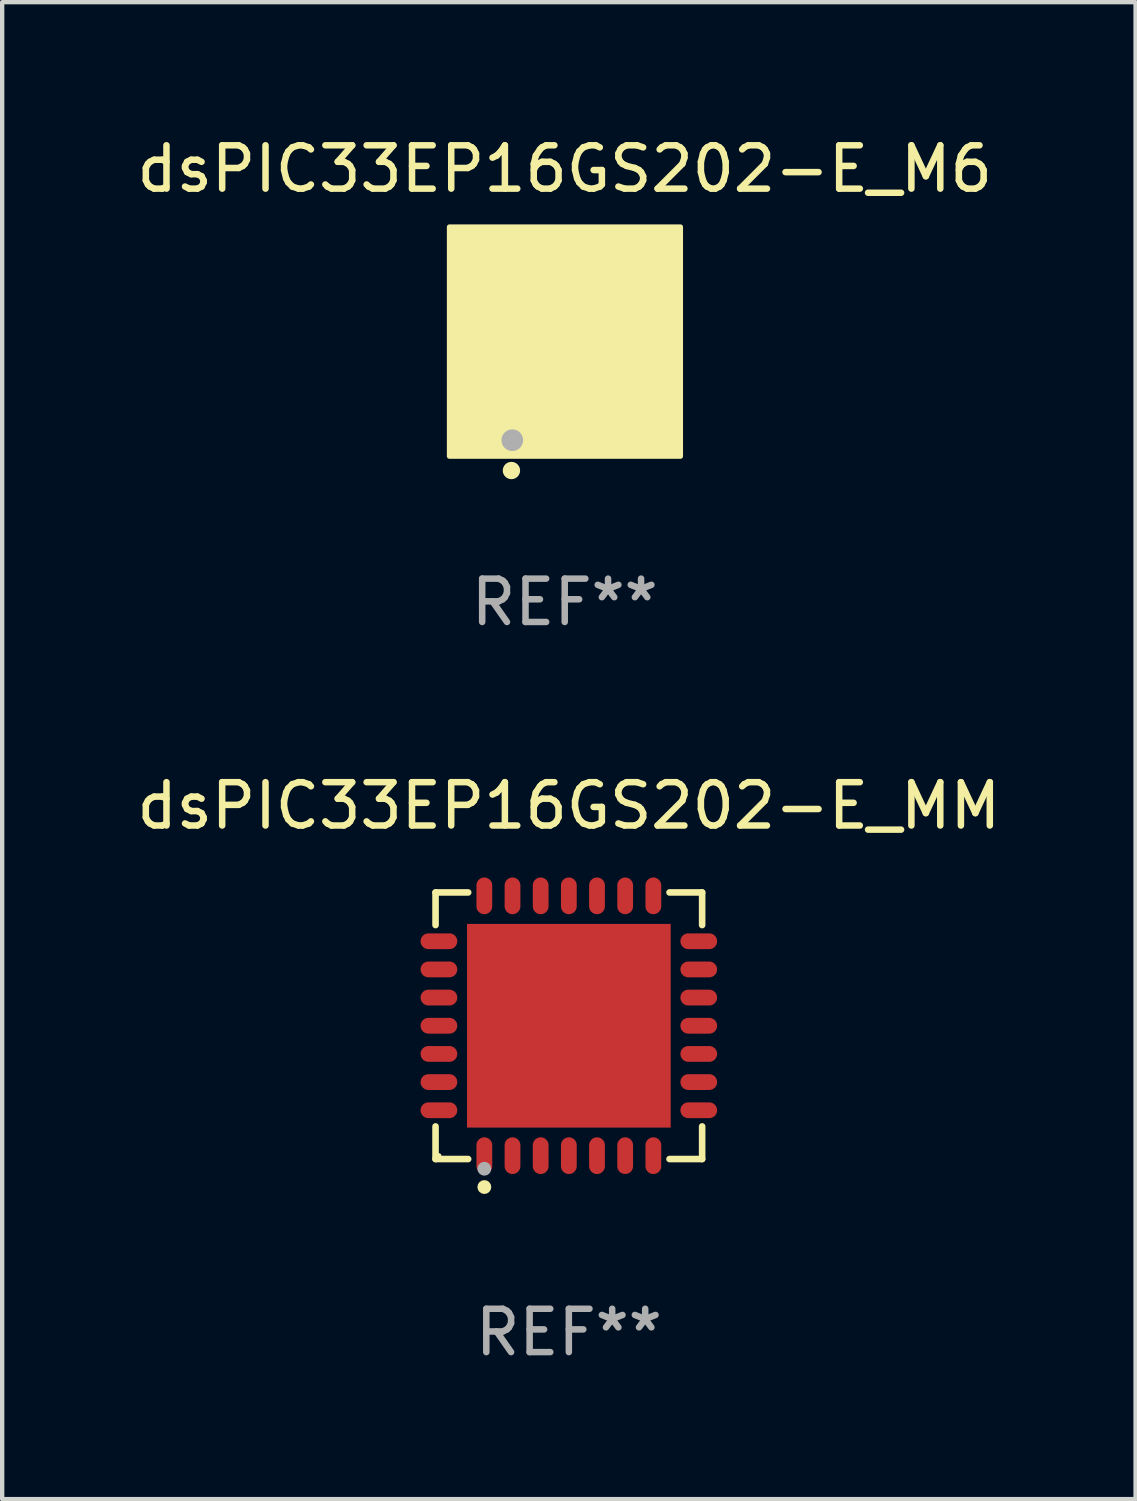
<source format=kicad_pcb>
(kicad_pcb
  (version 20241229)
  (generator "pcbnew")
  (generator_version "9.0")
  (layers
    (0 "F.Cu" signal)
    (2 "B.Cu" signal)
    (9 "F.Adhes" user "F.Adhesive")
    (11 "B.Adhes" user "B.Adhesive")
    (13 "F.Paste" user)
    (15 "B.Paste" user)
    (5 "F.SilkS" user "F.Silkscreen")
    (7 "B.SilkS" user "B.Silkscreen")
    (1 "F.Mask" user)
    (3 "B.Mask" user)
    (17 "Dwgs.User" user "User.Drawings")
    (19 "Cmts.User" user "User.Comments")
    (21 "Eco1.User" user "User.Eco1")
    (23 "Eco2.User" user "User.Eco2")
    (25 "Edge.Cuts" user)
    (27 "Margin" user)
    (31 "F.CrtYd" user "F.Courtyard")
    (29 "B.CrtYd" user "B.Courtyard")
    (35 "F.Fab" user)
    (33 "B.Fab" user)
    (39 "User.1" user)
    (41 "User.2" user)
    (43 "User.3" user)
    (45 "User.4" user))
  (footprint "dsPIC33EP16GS202-E_MM"
    (layer "F.Cu")
    (at 10.077 20.621)
    (property "Reference" "dsPIC33EP16GS202-E_MM" (at 0 -5.076 0) (layer "F.SilkS") (effects (font (size 1 1) (thickness 0.15))))
    (attr through_hole)
    (fp_line (start -3.076 -3.076) (end -2.323 -3.076) (stroke (width 0.152) (type solid)) (layer "F.SilkS"))
    (fp_line (start -3.076 -2.323) (end -3.076 -3.076) (stroke (width 0.152) (type solid)) (layer "F.SilkS"))
    (fp_line (start -3.076 2.323) (end -3.076 3.076) (stroke (width 0.152) (type solid)) (layer "F.SilkS"))
    (fp_line (start -3.076 3.076) (end -2.323 3.076) (stroke (width 0.152) (type solid)) (layer "F.SilkS"))
    (fp_line (start 3.076 -3.076) (end 2.323 -3.076) (stroke (width 0.152) (type solid)) (layer "F.SilkS"))
    (fp_line (start 3.076 -2.323) (end 3.076 -3.076) (stroke (width 0.152) (type solid)) (layer "F.SilkS"))
    (fp_line (start 3.076 2.323) (end 3.076 3.076) (stroke (width 0.152) (type solid)) (layer "F.SilkS"))
    (fp_line (start 3.076 3.076) (end 2.323 3.076) (stroke (width 0.152) (type solid)) (layer "F.SilkS"))
    (fp_circle (center -3 3) (end -2.97 3) (stroke (width 0.06) (type solid)) (fill no) (layer "F.SilkS"))
    (fp_circle (center -1.95 3.722) (end -1.87 3.722) (stroke (width 0.16) (type solid)) (fill no) (layer "F.SilkS"))
    (fp_circle (center -1.95 3.3) (end -1.87 3.3) (stroke (width 0.16) (type solid)) (fill no) (layer "F.Fab"))
    (fp_text user "REF**" (at 0 7.076 0) (layer "F.Fab") (effects (font (size 1 1) (thickness 0.15))))
    (pad "1" smd oval (at -1.95 2.998) (size 0.364 0.847) (layers "F.Cu" "F.Mask" "F.Paste"))
    (pad "2" smd oval (at -1.3 2.998) (size 0.364 0.847) (layers "F.Cu" "F.Mask" "F.Paste"))
    (pad "3" smd oval (at -0.65 2.998) (size 0.364 0.847) (layers "F.Cu" "F.Mask" "F.Paste"))
    (pad "4" smd oval (at 0 2.998) (size 0.364 0.847) (layers "F.Cu" "F.Mask" "F.Paste"))
    (pad "5" smd oval (at 0.65 2.998) (size 0.364 0.847) (layers "F.Cu" "F.Mask" "F.Paste"))
    (pad "6" smd oval (at 1.3 2.998) (size 0.364 0.847) (layers "F.Cu" "F.Mask" "F.Paste"))
    (pad "7" smd oval (at 1.95 2.998) (size 0.364 0.847) (layers "F.Cu" "F.Mask" "F.Paste"))
    (pad "8" smd oval (at 2.998 1.95) (size 0.847 0.364) (layers "F.Cu" "F.Mask" "F.Paste"))
    (pad "9" smd oval (at 2.998 1.3) (size 0.847 0.364) (layers "F.Cu" "F.Mask" "F.Paste"))
    (pad "10" smd oval (at 2.998 0.65) (size 0.847 0.364) (layers "F.Cu" "F.Mask" "F.Paste"))
    (pad "11" smd oval (at 2.998 0) (size 0.847 0.364) (layers "F.Cu" "F.Mask" "F.Paste"))
    (pad "12" smd oval (at 2.998 -0.65) (size 0.847 0.364) (layers "F.Cu" "F.Mask" "F.Paste"))
    (pad "13" smd oval (at 2.998 -1.3) (size 0.847 0.364) (layers "F.Cu" "F.Mask" "F.Paste"))
    (pad "14" smd oval (at 2.998 -1.95) (size 0.847 0.364) (layers "F.Cu" "F.Mask" "F.Paste"))
    (pad "15" smd oval (at 1.95 -2.998) (size 0.364 0.847) (layers "F.Cu" "F.Mask" "F.Paste"))
    (pad "16" smd oval (at 1.3 -2.998) (size 0.364 0.847) (layers "F.Cu" "F.Mask" "F.Paste"))
    (pad "17" smd oval (at 0.65 -2.998) (size 0.364 0.847) (layers "F.Cu" "F.Mask" "F.Paste"))
    (pad "18" smd oval (at 0 -2.998) (size 0.364 0.847) (layers "F.Cu" "F.Mask" "F.Paste"))
    (pad "19" smd oval (at -0.65 -2.998) (size 0.364 0.847) (layers "F.Cu" "F.Mask" "F.Paste"))
    (pad "20" smd oval (at -1.3 -2.998) (size 0.364 0.847) (layers "F.Cu" "F.Mask" "F.Paste"))
    (pad "21" smd oval (at -1.95 -2.998) (size 0.364 0.847) (layers "F.Cu" "F.Mask" "F.Paste"))
    (pad "22" smd oval (at -2.998 -1.95) (size 0.847 0.364) (layers "F.Cu" "F.Mask" "F.Paste"))
    (pad "23" smd oval (at -2.998 -1.3) (size 0.847 0.364) (layers "F.Cu" "F.Mask" "F.Paste"))
    (pad "24" smd oval (at -2.998 -0.65) (size 0.847 0.364) (layers "F.Cu" "F.Mask" "F.Paste"))
    (pad "25" smd oval (at -2.998 0) (size 0.847 0.364) (layers "F.Cu" "F.Mask" "F.Paste"))
    (pad "26" smd oval (at -2.998 0.65) (size 0.847 0.364) (layers "F.Cu" "F.Mask" "F.Paste"))
    (pad "27" smd oval (at -2.998 1.3) (size 0.847 0.364) (layers "F.Cu" "F.Mask" "F.Paste"))
    (pad "28" smd oval (at -2.998 1.95) (size 0.847 0.364) (layers "F.Cu" "F.Mask" "F.Paste"))
    (pad "29" smd rect (at 0 0) (size 4.7 4.7) (layers "F.Cu" "F.Mask" "F.Paste")))
  (footprint "dsPIC33EP16GS202-E_M6"
    (layer "F.Cu")
    (at 9.982 4.848)
    (property "Reference" "dsPIC33EP16GS202-E_M6" (at 0 -4 0) (layer "F.SilkS") (effects (font (size 1 1) (thickness 0.15))))
    (attr through_hole)
    (fp_circle (center -2 2) (end -1.97 2) (stroke (width 0.06) (type solid)) (fill no) (layer "F.SilkS"))
    (fp_circle (center -1.23 2.96) (end -1.13 2.96) (stroke (width 0.2) (type solid)) (fill no) (layer "F.SilkS"))
    (fp_poly (pts (xy -2.66 -2.66) (xy 2.67 -2.66) (xy 2.67 2.63) (xy -2.66 2.63)) (stroke (width 0.12) (type solid)) (fill yes) (layer "F.SilkS"))
    (fp_circle (center -1.21 2.26) (end -1.085 2.26) (stroke (width 0.25) (type solid)) (fill no) (layer "F.Fab"))
    (fp_text user "REF**" (at 0 6 0) (layer "F.Fab") (effects (font (size 1 1) (thickness 0.15))))
    (pad "1" smd rect (at -1.2 2 180) (size 0.2 0.85) (layers "F.Cu" "F.Mask" "F.Paste"))
    (pad "2" smd rect (at -0.8 2 180) (size 0.2 0.85) (layers "F.Cu" "F.Mask" "F.Paste"))
    (pad "3" smd rect (at -0.4 2 180) (size 0.2 0.85) (layers "F.Cu" "F.Mask" "F.Paste"))
    (pad "4" smd rect (at -0.000025 2 180) (size 0.2 0.85) (layers "F.Cu" "F.Mask" "F.Paste"))
    (pad "5" smd rect (at 0.4 2 180) (size 0.2 0.85) (layers "F.Cu" "F.Mask" "F.Paste"))
    (pad "6" smd rect (at 0.8 2 180) (size 0.2 0.85) (layers "F.Cu" "F.Mask" "F.Paste"))
    (pad "7" smd rect (at 1.2 2 180) (size 0.2 0.85) (layers "F.Cu" "F.Mask" "F.Paste"))
    (pad "8" smd rect (at 2 1.2 270) (size 0.2 0.85) (layers "F.Cu" "F.Mask" "F.Paste"))
    (pad "9" smd rect (at 2 0.8 270) (size 0.2 0.85) (layers "F.Cu" "F.Mask" "F.Paste"))
    (pad "10" smd rect (at 2 0.4 270) (size 0.2 0.85) (layers "F.Cu" "F.Mask" "F.Paste"))
    (pad "11" smd rect (at 2 -0.000025 270) (size 0.2 0.85) (layers "F.Cu" "F.Mask" "F.Paste"))
    (pad "12" smd rect (at 2 -0.4 270) (size 0.2 0.85) (layers "F.Cu" "F.Mask" "F.Paste"))
    (pad "13" smd rect (at 2 -0.8 270) (size 0.2 0.85) (layers "F.Cu" "F.Mask" "F.Paste"))
    (pad "14" smd rect (at 2 -1.2 270) (size 0.2 0.85) (layers "F.Cu" "F.Mask" "F.Paste"))
    (pad "15" smd rect (at 1.2 -2) (size 0.2 0.85) (layers "F.Cu" "F.Mask" "F.Paste"))
    (pad "16" smd rect (at 0.8 -2) (size 0.2 0.85) (layers "F.Cu" "F.Mask" "F.Paste"))
    (pad "17" smd rect (at 0.4 -2) (size 0.2 0.85) (layers "F.Cu" "F.Mask" "F.Paste"))
    (pad "18" smd rect (at -0.000051 -2) (size 0.2 0.85) (layers "F.Cu" "F.Mask" "F.Paste"))
    (pad "19" smd rect (at -0.4 -2) (size 0.2 0.85) (layers "F.Cu" "F.Mask" "F.Paste"))
    (pad "20" smd rect (at -0.8 -2) (size 0.2 0.85) (layers "F.Cu" "F.Mask" "F.Paste"))
    (pad "21" smd rect (at -1.2 -2) (size 0.2 0.85) (layers "F.Cu" "F.Mask" "F.Paste"))
    (pad "22" smd rect (at -2 -1.2 90) (size 0.2 0.85) (layers "F.Cu" "F.Mask" "F.Paste"))
    (pad "23" smd rect (at -2 -0.8 90) (size 0.2 0.85) (layers "F.Cu" "F.Mask" "F.Paste"))
    (pad "24" smd rect (at -2 -0.4 90) (size 0.2 0.85) (layers "F.Cu" "F.Mask" "F.Paste"))
    (pad "25" smd rect (at -2 -0.000025 90) (size 0.2 0.85) (layers "F.Cu" "F.Mask" "F.Paste"))
    (pad "26" smd rect (at -2 0.4 90) (size 0.2 0.85) (layers "F.Cu" "F.Mask" "F.Paste"))
    (pad "27" smd rect (at -2 0.8 90) (size 0.2 0.85) (layers "F.Cu" "F.Mask" "F.Paste"))
    (pad "28" smd rect (at -2 1.2 90) (size 0.2 0.85) (layers "F.Cu" "F.Mask" "F.Paste"))
    (pad "29" smd rect (at -1.95 -1.95 90) (size 0.78 0.78) (layers "F.Cu" "F.Mask" "F.Paste"))
    (pad "29" smd rect (at -1.95 1.95 90) (size 0.78 0.78) (layers "F.Cu" "F.Mask" "F.Paste"))
    (pad "29" smd rect (at 0.000254 0 90) (size 2 2) (layers "F.Cu" "F.Mask" "F.Paste"))
    (pad "29" smd rect (at 1.95 -1.95 90) (size 0.78 0.78) (layers "F.Cu" "F.Mask" "F.Paste"))
    (pad "29" smd rect (at 1.95 1.95 90) (size 0.78 0.78) (layers "F.Cu" "F.Mask" "F.Paste")))
  (gr_rect
    (start -3 -3)
    (end 23.155 31.545)
    (stroke (width 0.1) (type default))
    (fill no)
    (layer "Edge.Cuts")))
</source>
